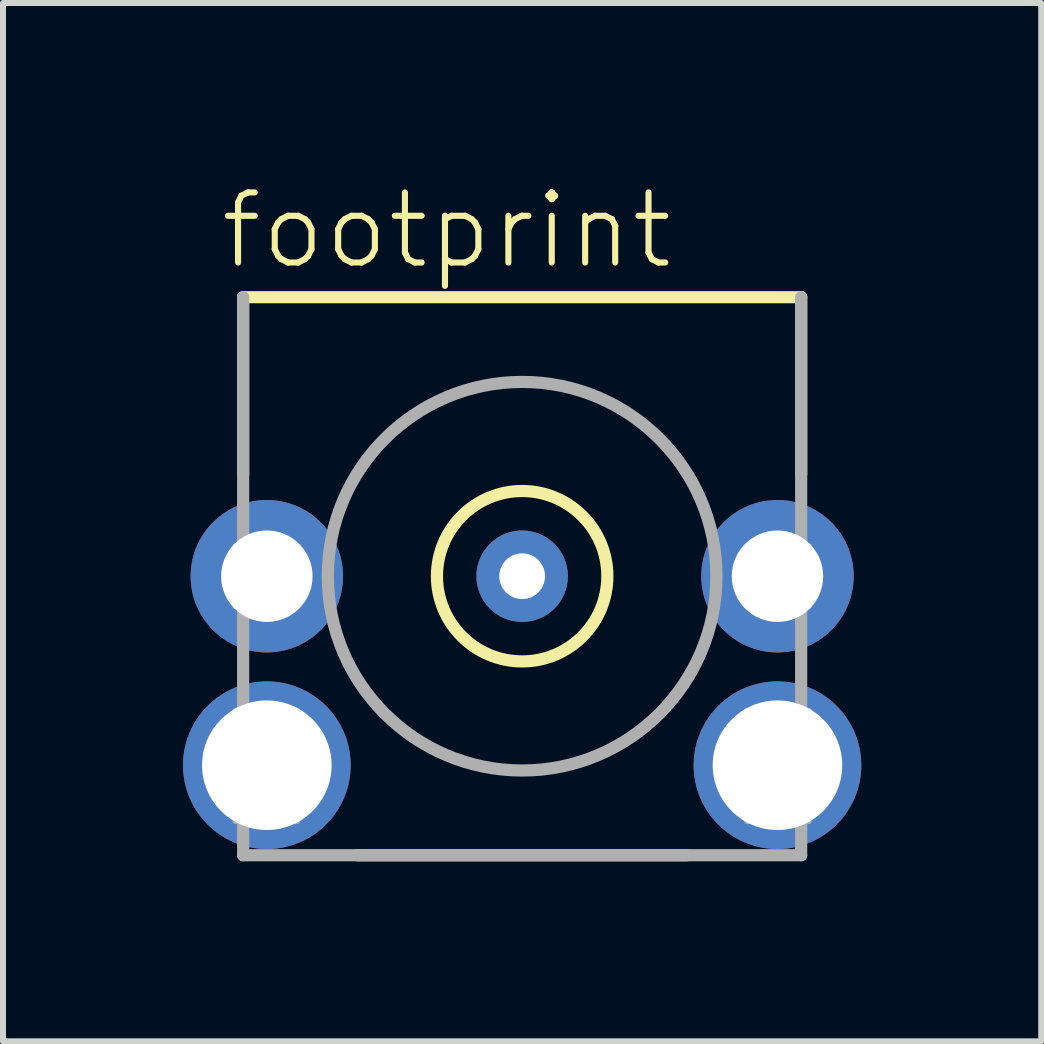
<source format=kicad_pcb>
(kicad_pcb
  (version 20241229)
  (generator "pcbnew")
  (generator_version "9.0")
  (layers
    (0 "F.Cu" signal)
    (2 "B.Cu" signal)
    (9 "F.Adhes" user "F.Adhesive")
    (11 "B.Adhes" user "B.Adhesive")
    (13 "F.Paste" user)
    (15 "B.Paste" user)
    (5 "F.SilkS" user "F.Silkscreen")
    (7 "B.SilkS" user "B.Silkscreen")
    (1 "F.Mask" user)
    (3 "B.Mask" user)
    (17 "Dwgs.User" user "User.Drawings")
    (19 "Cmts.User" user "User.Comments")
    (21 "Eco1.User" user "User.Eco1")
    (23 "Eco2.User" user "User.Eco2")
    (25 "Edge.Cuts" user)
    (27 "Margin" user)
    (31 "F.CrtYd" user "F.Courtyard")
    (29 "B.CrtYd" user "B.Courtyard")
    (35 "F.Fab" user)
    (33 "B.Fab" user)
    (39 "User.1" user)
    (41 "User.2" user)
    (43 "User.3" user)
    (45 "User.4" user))
  (footprint "footprint"
    (layer "F.Cu")
    (at 5.652 6.553)
    (property "Reference" "footprint" (at -5.08 -5.08 0) (layer "F.SilkS") (effects (font (size 1.168 1.168) (thickness 0.102)) (justify left bottom)))
    (fp_line (start -4.65 -4.65) (end 4.65 -4.65) (stroke (width 0.203) (type solid)) (layer "F.SilkS"))
    (fp_line (start -4.65 -1.7) (end -4.65 -4.65) (stroke (width 0.203) (type solid)) (layer "F.SilkS"))
    (fp_line (start 2.745 4.65) (end -2.745 4.65) (stroke (width 0.203) (type solid)) (layer "F.SilkS"))
    (fp_line (start 4.65 -4.65) (end 4.65 -1.7) (stroke (width 0.203) (type solid)) (layer "F.SilkS"))
    (fp_circle (center 0 0) (end 1.42 0) (stroke (width 0.203) (type solid)) (fill no) (layer "F.SilkS"))
    (fp_line (start -4.65 4.65) (end -4.65 -4.65) (stroke (width 0.203) (type solid)) (layer "F.Fab"))
    (fp_line (start 4.65 -4.65) (end 4.65 4.65) (stroke (width 0.203) (type solid)) (layer "F.Fab"))
    (fp_line (start 4.65 4.65) (end -4.65 4.65) (stroke (width 0.203) (type solid)) (layer "F.Fab"))
    (fp_circle (center 0 0) (end 3.238 0) (stroke (width 0.203) (type solid)) (fill no) (layer "F.Fab"))
    (fp_poly (pts (xy -4.775 0.5) (xy -3.75 0.5) (xy -3.75 -0.5) (xy -4.775 -0.5)) (stroke (width 0.1) (type solid)) (fill no) (layer "F.Fab"))
    (fp_poly (pts (xy -4.775 3.243) (xy -3.75 3.243) (xy -3.75 2.243) (xy -4.775 2.243)) (stroke (width 0.1) (type solid)) (fill no) (layer "F.Fab"))
    (fp_poly (pts (xy -4.775 4.081) (xy -3.75 4.081) (xy -3.75 3.081) (xy -4.775 3.081)) (stroke (width 0.1) (type solid)) (fill no) (layer "F.Fab"))
    (fp_poly (pts (xy 4.775 -0.5) (xy 3.75 -0.5) (xy 3.75 0.5) (xy 4.775 0.5)) (stroke (width 0.1) (type solid)) (fill no) (layer "F.Fab"))
    (fp_poly (pts (xy 4.775 2.243) (xy 3.75 2.243) (xy 3.75 3.243) (xy 4.775 3.243)) (stroke (width 0.1) (type solid)) (fill no) (layer "F.Fab"))
    (fp_poly (pts (xy 4.775 3.081) (xy 3.75 3.081) (xy 3.75 4.081) (xy 4.775 4.081)) (stroke (width 0.1) (type solid)) (fill no) (layer "F.Fab"))
    (pad "1" thru_hole circle (at 0 0) (size 1.524 1.524) (drill 0.762) (layers "*.Cu" "*.Mask"))
    (pad "2@1" thru_hole circle (at -4.255 0) (size 2.54 2.54) (drill 1.524) (layers "*.Cu" "*.Mask"))
    (pad "2@2" thru_hole circle (at 4.255 0) (size 2.54 2.54) (drill 1.524) (layers "*.Cu" "*.Mask"))
    (pad "2@3" thru_hole circle (at -4.255 3.15) (size 2.794 2.794) (drill 2.159) (layers "*.Cu" "*.Mask"))
    (pad "2@4" thru_hole circle (at 4.255 3.15) (size 2.794 2.794) (drill 2.159) (layers "*.Cu" "*.Mask")))
  (gr_rect
    (start -3 -3)
    (end 14.303 14.305)
    (stroke (width 0.1) (type default))
    (fill no)
    (layer "Edge.Cuts")))
</source>
